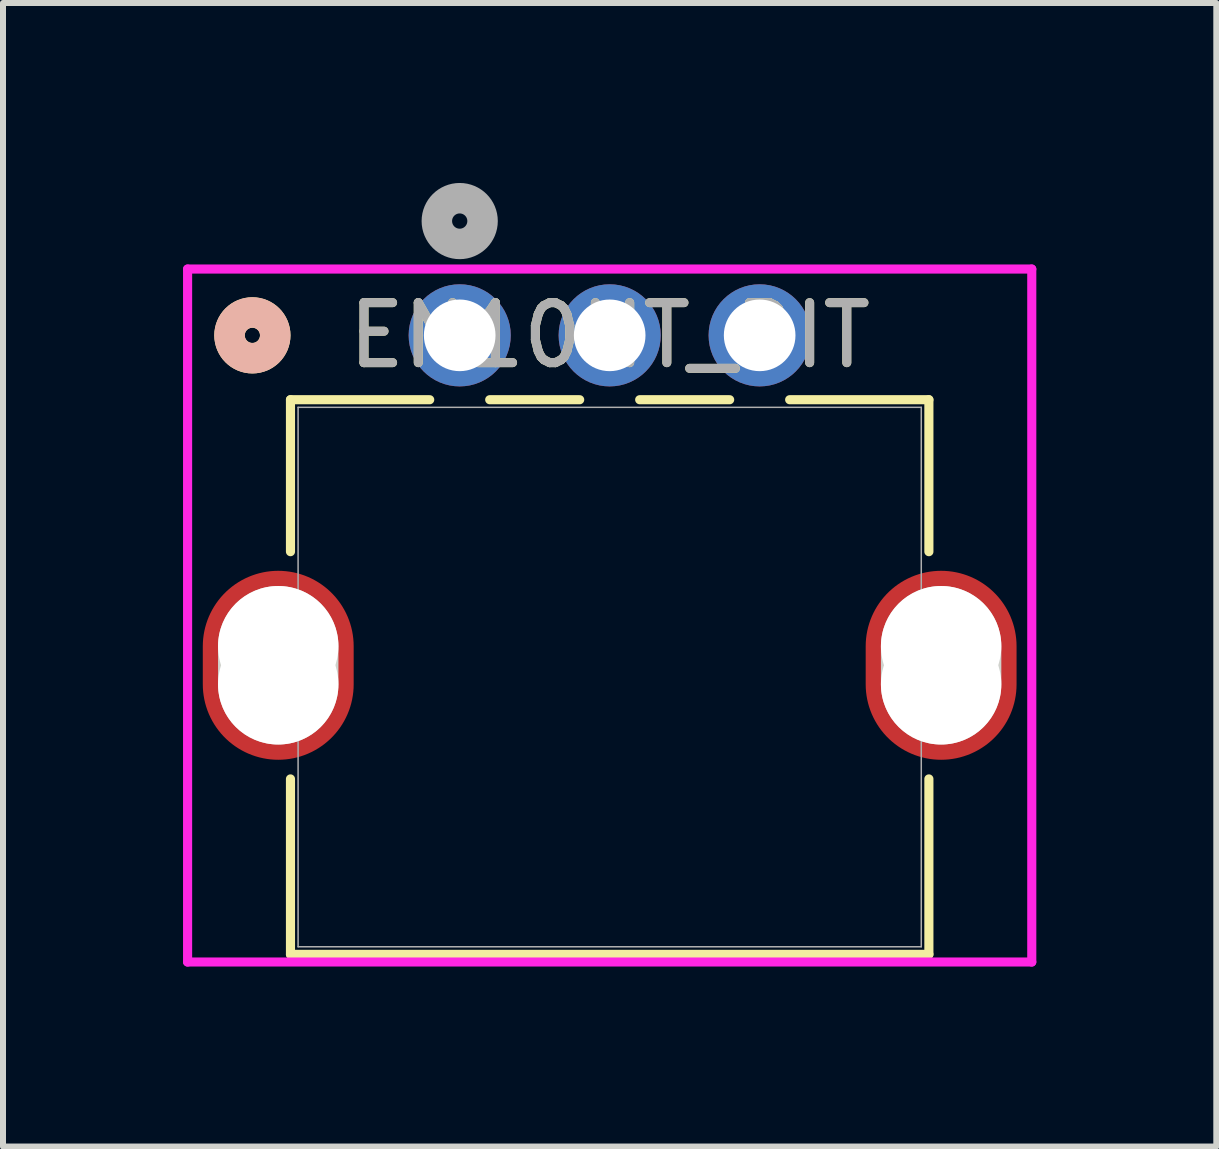
<source format=kicad_pcb>
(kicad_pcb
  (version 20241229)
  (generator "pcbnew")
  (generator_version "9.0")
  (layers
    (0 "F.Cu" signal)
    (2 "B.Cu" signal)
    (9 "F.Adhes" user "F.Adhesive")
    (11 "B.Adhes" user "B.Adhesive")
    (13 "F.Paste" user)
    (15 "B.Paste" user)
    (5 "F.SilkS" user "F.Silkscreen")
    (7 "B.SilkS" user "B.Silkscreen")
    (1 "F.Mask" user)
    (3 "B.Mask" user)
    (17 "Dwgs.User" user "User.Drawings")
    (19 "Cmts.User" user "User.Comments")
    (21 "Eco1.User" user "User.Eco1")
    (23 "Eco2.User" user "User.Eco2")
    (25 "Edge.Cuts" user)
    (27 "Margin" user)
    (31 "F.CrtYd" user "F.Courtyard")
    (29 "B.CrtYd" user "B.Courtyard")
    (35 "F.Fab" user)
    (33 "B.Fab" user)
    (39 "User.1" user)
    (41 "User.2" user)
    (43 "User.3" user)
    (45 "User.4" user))
  (footprint "EN10HT_BIT"
    (layer "F.Cu")
    (at 4.613 2.54)
    (property "Reference" "EN10HT_BIT" (at 2.5 0 0) (unlocked yes) (layer "F.SilkS") (effects (font (size 1 1) (thickness 0.15))))
    (attr through_hole)
    (fp_line (start -2.821 1.073) (end -2.821 3.606) (stroke (width 0.152) (type solid)) (layer "F.SilkS"))
    (fp_line (start -2.821 7.394) (end -2.821 10.319) (stroke (width 0.152) (type solid)) (layer "F.SilkS"))
    (fp_line (start -2.821 10.319) (end 7.821 10.319) (stroke (width 0.152) (type solid)) (layer "F.SilkS"))
    (fp_line (start -0.5 1.073) (end -2.821 1.073) (stroke (width 0.152) (type solid)) (layer "F.SilkS"))
    (fp_line (start 2 1.073) (end 0.5 1.073) (stroke (width 0.152) (type solid)) (layer "F.SilkS"))
    (fp_line (start 4.5 1.073) (end 3 1.073) (stroke (width 0.152) (type solid)) (layer "F.SilkS"))
    (fp_line (start 7.821 1.073) (end 5.5 1.073) (stroke (width 0.152) (type solid)) (layer "F.SilkS"))
    (fp_line (start 7.821 3.606) (end 7.821 1.073) (stroke (width 0.152) (type solid)) (layer "F.SilkS"))
    (fp_line (start 7.821 10.319) (end 7.821 7.394) (stroke (width 0.152) (type solid)) (layer "F.SilkS"))
    (fp_circle (center -3.456 0) (end -3.075 0) (stroke (width 0.508) (type solid)) (fill no) (layer "F.SilkS"))
    (fp_circle (center -3.456 0) (end -3.075 0) (stroke (width 0.508) (type solid)) (fill no) (layer "B.SilkS"))
    (fp_line (start -3.025 5.817) (end -3.025 5.182) (stroke (width 2.007) (type solid)) (layer "Edge.Cuts"))
    (fp_line (start 8.025 5.817) (end 8.025 5.182) (stroke (width 2.007) (type solid)) (layer "Edge.Cuts"))
    (fp_line (start -4.536 -1.105) (end -4.536 10.446) (stroke (width 0.152) (type solid)) (layer "F.CrtYd"))
    (fp_line (start -4.536 10.446) (end 9.536 10.446) (stroke (width 0.152) (type solid)) (layer "F.CrtYd"))
    (fp_line (start 9.536 -1.105) (end -4.536 -1.105) (stroke (width 0.152) (type solid)) (layer "F.CrtYd"))
    (fp_line (start 9.536 10.446) (end 9.536 -1.105) (stroke (width 0.152) (type solid)) (layer "F.CrtYd"))
    (fp_line (start -2.694 1.2) (end -2.694 10.192) (stroke (width 0.025) (type solid)) (layer "F.Fab"))
    (fp_line (start -2.694 10.192) (end 7.694 10.192) (stroke (width 0.025) (type solid)) (layer "F.Fab"))
    (fp_line (start 7.694 1.2) (end -2.694 1.2) (stroke (width 0.025) (type solid)) (layer "F.Fab"))
    (fp_line (start 7.694 10.192) (end 7.694 1.2) (stroke (width 0.025) (type solid)) (layer "F.Fab"))
    (fp_circle (center 0 -1.905) (end 0.381 -1.905) (stroke (width 0.508) (type solid)) (fill no) (layer "F.Fab"))
    (fp_text user "${REFERENCE}" (at 2.5 0 0) (unlocked yes) (layer "F.Fab") (effects (font (size 1 1) (thickness 0.15))))
    (pad "" np_thru_hole circle (at -3.025 5.182) (size 2.007 2.007) (drill 2.007) (layers "*.Cu" "*.Mask"))
    (pad "" np_thru_hole circle (at -3.025 5.817) (size 2.007 2.007) (drill 2.007) (layers "*.Cu" "*.Mask"))
    (pad "" np_thru_hole circle (at 8.025 5.182) (size 2.007 2.007) (drill 2.007) (layers "*.Cu" "*.Mask"))
    (pad "" np_thru_hole circle (at 8.025 5.817) (size 2.007 2.007) (drill 2.007) (layers "*.Cu" "*.Mask"))
    (pad "1" thru_hole circle (at 0 0) (size 1.702 1.702) (drill 1.194) (layers "*.Cu" "*.Mask"))
    (pad "2" thru_hole circle (at 2.5 0) (size 1.702 1.702) (drill 1.194) (layers "*.Cu" "*.Mask"))
    (pad "3" thru_hole circle (at 5 0) (size 1.702 1.702) (drill 1.194) (layers "*.Cu" "*.Mask"))
    (pad "4" smd oval (at -3.025 5.5) (size 2.515 3.15) (layers "F.Cu" "F.Mask" "F.Paste"))
    (pad "5" smd oval (at 8.025 5.5) (size 2.515 3.15) (layers "F.Cu" "F.Mask" "F.Paste")))
  (gr_rect
    (start -3 -3)
    (end 17.225 16.062)
    (stroke (width 0.1) (type default))
    (fill no)
    (layer "Edge.Cuts")))
</source>
